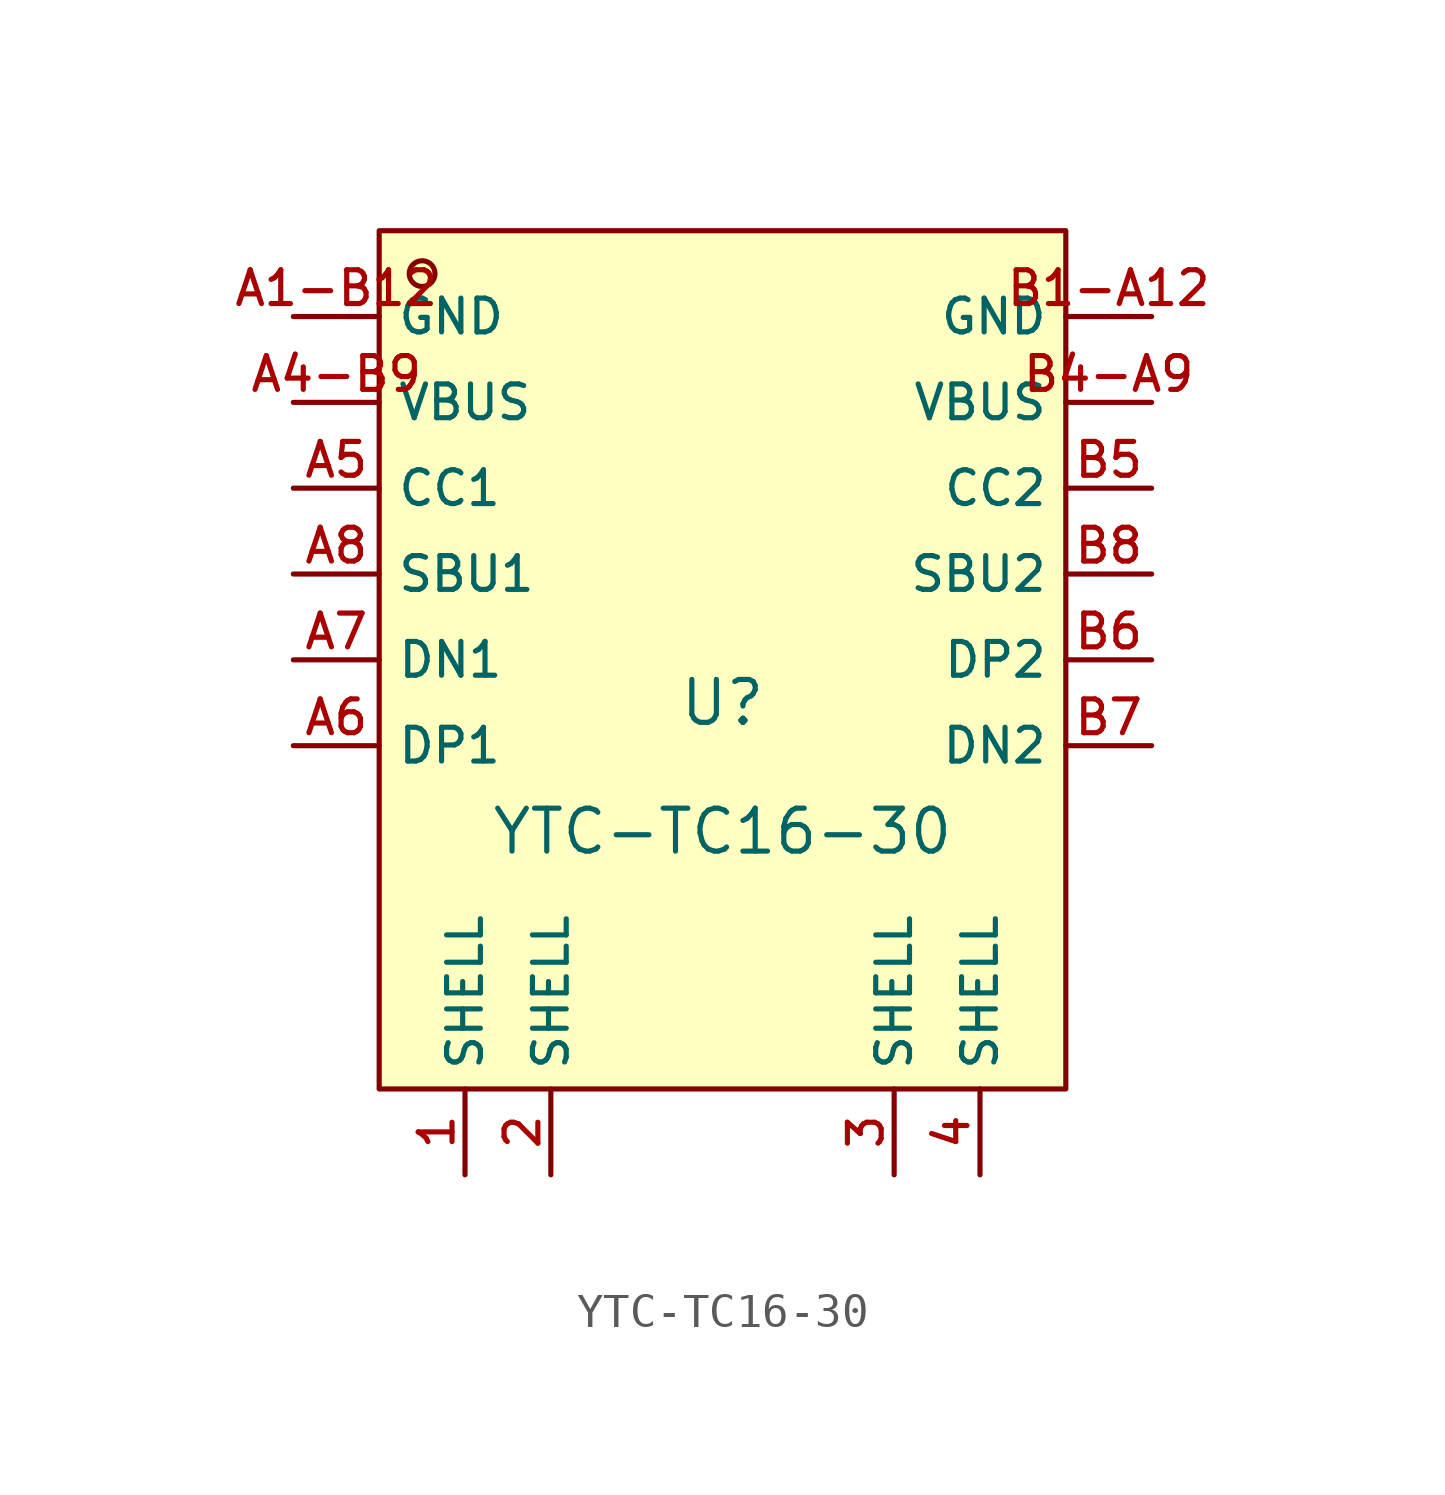
<source format=kicad_sym>
(kicad_symbol_lib
  (version 20210201)
  (generator TousstNicolas/JLC2KiCad_lib)
  (symbol "YTC-TC16-30"
    (property "Reference" "U"
      (at 0 1.27 0)
      (effects (font (size 1.27 1.27))))
    (property "Value" "YTC-TC16-30"
      (at 0 -2.54 0)
      (effects (font (size 1.27 1.27))))
    (symbol "YTC-TC16-30_0_1"
      (rectangle (start -10.16 15.24) (end 10.16 -10.16) (stroke (width 0) (type default) (color 0 0 0 0)) (fill (type background)))
      (circle (center -8.89 13.97) (radius 0.381) (stroke (width 0) (type default) (color 0 0 0 0)) (fill (type background)))
      (pin unspecified line (at -12.7 12.7 0) (length 2.54) (name "GND" (effects (font (size 1 1)))) (number "A1-B12" (effects (font (size 1 1)))))
      (pin unspecified line (at -12.7 10.16 0) (length 2.54) (name "VBUS" (effects (font (size 1 1)))) (number "A4-B9" (effects (font (size 1 1)))))
      (pin unspecified line (at 12.7 5.08 180) (length 2.54) (name "SBU2" (effects (font (size 1 1)))) (number "B8" (effects (font (size 1 1)))))
      (pin unspecified line (at -12.7 7.62 0) (length 2.54) (name "CC1" (effects (font (size 1 1)))) (number "A5" (effects (font (size 1 1)))))
      (pin unspecified line (at 12.7 -0.0 180) (length 2.54) (name "DN2" (effects (font (size 1 1)))) (number "B7" (effects (font (size 1 1)))))
      (pin unspecified line (at -12.7 -0.0 0) (length 2.54) (name "DP1" (effects (font (size 1 1)))) (number "A6" (effects (font (size 1 1)))))
      (pin unspecified line (at -12.7 2.54 0) (length 2.54) (name "DN1" (effects (font (size 1 1)))) (number "A7" (effects (font (size 1 1)))))
      (pin unspecified line (at 12.7 2.54 180) (length 2.54) (name "DP2" (effects (font (size 1 1)))) (number "B6" (effects (font (size 1 1)))))
      (pin unspecified line (at -12.7 5.08 0) (length 2.54) (name "SBU1" (effects (font (size 1 1)))) (number "A8" (effects (font (size 1 1)))))
      (pin unspecified line (at 12.7 7.62 180) (length 2.54) (name "CC2" (effects (font (size 1 1)))) (number "B5" (effects (font (size 1 1)))))
      (pin unspecified line (at 12.7 10.16 180) (length 2.54) (name "VBUS" (effects (font (size 1 1)))) (number "B4-A9" (effects (font (size 1 1)))))
      (pin unspecified line (at 12.7 12.7 180) (length 2.54) (name "GND" (effects (font (size 1 1)))) (number "B1-A12" (effects (font (size 1 1)))))
      (pin unspecified line (at -7.62 -12.7 90) (length 2.54) (name "SHELL" (effects (font (size 1 1)))) (number "1" (effects (font (size 1 1)))))
      (pin unspecified line (at -5.08 -12.7 90) (length 2.54) (name "SHELL" (effects (font (size 1 1)))) (number "2" (effects (font (size 1 1)))))
      (pin unspecified line (at 5.08 -12.7 90) (length 2.54) (name "SHELL" (effects (font (size 1 1)))) (number "3" (effects (font (size 1 1)))))
      (pin unspecified line (at 7.62 -12.7 90) (length 2.54) (name "SHELL" (effects (font (size 1 1)))) (number "4" (effects (font (size 1 1))))))))
</source>
